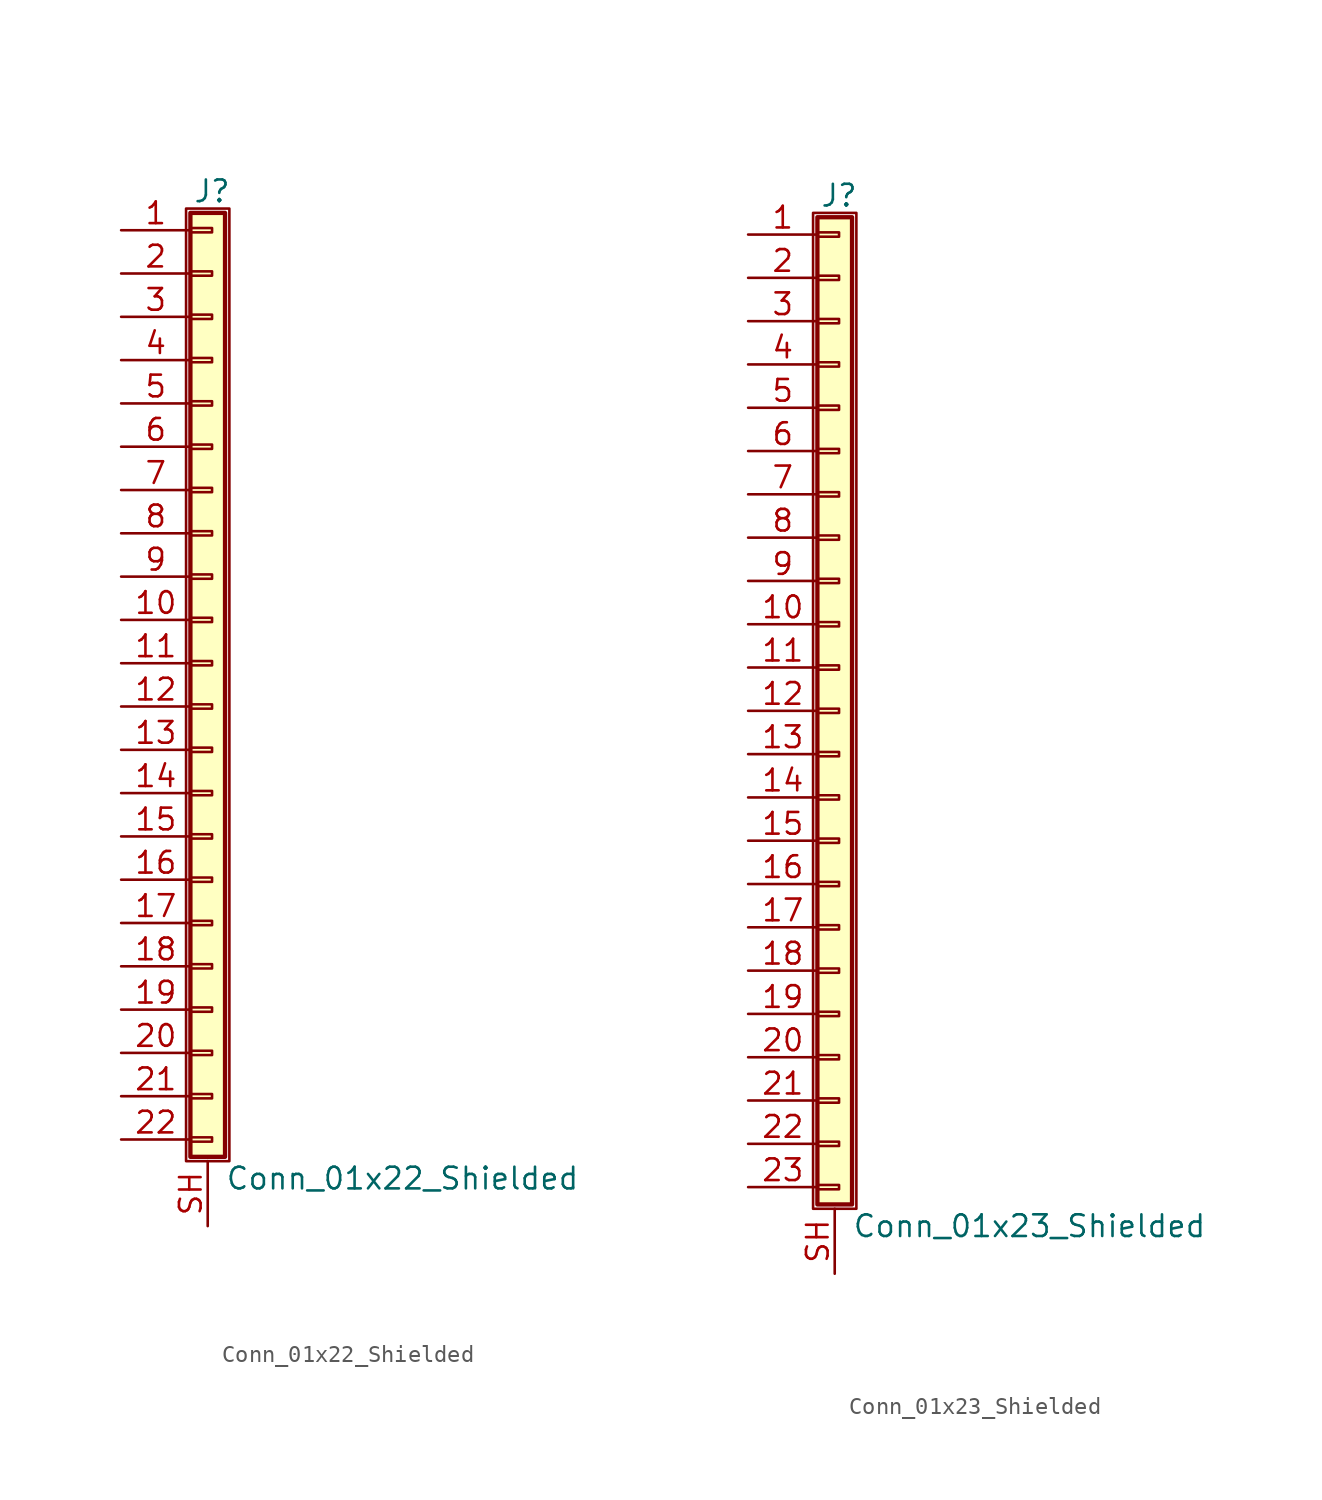
<source format=kicad_sym>
(kicad_symbol_lib
  (version 20201005)
  (generator kicad_symbol_editor)
  (symbol "Conn_01x22_Shielded"
    (pin_names
      (offset 1.016) hide)
    (property "Reference" "J"
      (at 0.254 27.686 0)
      (effects (font (size 1.27 1.27))))
    (property "Value" "Conn_01x22_Shielded"
      (at 1.016 -30.226 0)
      (effects (font (size 1.27 1.27)) (justify left)))
    (symbol "Conn_01x22_Shielded_1_1"
      (rectangle (start -1.27 26.67) (end 1.27 -29.21) (stroke (width 0.152)) (fill (type none)))
      (rectangle (start -1.016 -27.813) (end 0.254 -28.067) (stroke (width 0.152)) (fill (type none)))
      (rectangle (start -1.016 -25.273) (end 0.254 -25.527) (stroke (width 0.152)) (fill (type none)))
      (rectangle (start -1.016 -22.733) (end 0.254 -22.987) (stroke (width 0.152)) (fill (type none)))
      (rectangle (start -1.016 -20.193) (end 0.254 -20.447) (stroke (width 0.152)) (fill (type none)))
      (rectangle (start -1.016 -17.653) (end 0.254 -17.907) (stroke (width 0.152)) (fill (type none)))
      (rectangle (start -1.016 -15.113) (end 0.254 -15.367) (stroke (width 0.152)) (fill (type none)))
      (rectangle (start -1.016 -12.573) (end 0.254 -12.827) (stroke (width 0.152)) (fill (type none)))
      (rectangle (start -1.016 -10.033) (end 0.254 -10.287) (stroke (width 0.152)) (fill (type none)))
      (rectangle (start -1.016 -7.493) (end 0.254 -7.747) (stroke (width 0.152)) (fill (type none)))
      (rectangle (start -1.016 -4.953) (end 0.254 -5.207) (stroke (width 0.152)) (fill (type none)))
      (rectangle (start -1.016 -2.413) (end 0.254 -2.667) (stroke (width 0.152)) (fill (type none)))
      (rectangle (start -1.016 0.127) (end 0.254 -0.127) (stroke (width 0.152)) (fill (type none)))
      (rectangle (start -1.016 2.667) (end 0.254 2.413) (stroke (width 0.152)) (fill (type none)))
      (rectangle (start -1.016 5.207) (end 0.254 4.953) (stroke (width 0.152)) (fill (type none)))
      (rectangle (start -1.016 7.747) (end 0.254 7.493) (stroke (width 0.152)) (fill (type none)))
      (rectangle (start -1.016 10.287) (end 0.254 10.033) (stroke (width 0.152)) (fill (type none)))
      (rectangle (start -1.016 12.827) (end 0.254 12.573) (stroke (width 0.152)) (fill (type none)))
      (rectangle (start -1.016 15.367) (end 0.254 15.113) (stroke (width 0.152)) (fill (type none)))
      (rectangle (start -1.016 17.907) (end 0.254 17.653) (stroke (width 0.152)) (fill (type none)))
      (rectangle (start -1.016 20.447) (end 0.254 20.193) (stroke (width 0.152)) (fill (type none)))
      (rectangle (start -1.016 22.987) (end 0.254 22.733) (stroke (width 0.152)) (fill (type none)))
      (rectangle (start -1.016 25.527) (end 0.254 25.273) (stroke (width 0.152)) (fill (type none)))
      (rectangle (start -1.016 26.416) (end 1.016 -28.956) (stroke (width 0.254)) (fill (type background)))
      (pin passive line (at -5.08 25.4 0) (length 4.064) (name "Pin_1" (effects (font (size 1.27 1.27)))) (number "1" (effects (font (size 1.27 1.27)))))
      (pin passive line (at -5.08 2.54 0) (length 4.064) (name "Pin_10" (effects (font (size 1.27 1.27)))) (number "10" (effects (font (size 1.27 1.27)))))
      (pin passive line (at -5.08 0 0) (length 4.064) (name "Pin_11" (effects (font (size 1.27 1.27)))) (number "11" (effects (font (size 1.27 1.27)))))
      (pin passive line (at -5.08 -2.54 0) (length 4.064) (name "Pin_12" (effects (font (size 1.27 1.27)))) (number "12" (effects (font (size 1.27 1.27)))))
      (pin passive line (at -5.08 -5.08 0) (length 4.064) (name "Pin_13" (effects (font (size 1.27 1.27)))) (number "13" (effects (font (size 1.27 1.27)))))
      (pin passive line (at -5.08 -7.62 0) (length 4.064) (name "Pin_14" (effects (font (size 1.27 1.27)))) (number "14" (effects (font (size 1.27 1.27)))))
      (pin passive line (at -5.08 -10.16 0) (length 4.064) (name "Pin_15" (effects (font (size 1.27 1.27)))) (number "15" (effects (font (size 1.27 1.27)))))
      (pin passive line (at -5.08 -12.7 0) (length 4.064) (name "Pin_16" (effects (font (size 1.27 1.27)))) (number "16" (effects (font (size 1.27 1.27)))))
      (pin passive line (at -5.08 -15.24 0) (length 4.064) (name "Pin_17" (effects (font (size 1.27 1.27)))) (number "17" (effects (font (size 1.27 1.27)))))
      (pin passive line (at -5.08 -17.78 0) (length 4.064) (name "Pin_18" (effects (font (size 1.27 1.27)))) (number "18" (effects (font (size 1.27 1.27)))))
      (pin passive line (at -5.08 -20.32 0) (length 4.064) (name "Pin_19" (effects (font (size 1.27 1.27)))) (number "19" (effects (font (size 1.27 1.27)))))
      (pin passive line (at -5.08 22.86 0) (length 4.064) (name "Pin_2" (effects (font (size 1.27 1.27)))) (number "2" (effects (font (size 1.27 1.27)))))
      (pin passive line (at -5.08 -22.86 0) (length 4.064) (name "Pin_20" (effects (font (size 1.27 1.27)))) (number "20" (effects (font (size 1.27 1.27)))))
      (pin passive line (at -5.08 -25.4 0) (length 4.064) (name "Pin_21" (effects (font (size 1.27 1.27)))) (number "21" (effects (font (size 1.27 1.27)))))
      (pin passive line (at -5.08 -27.94 0) (length 4.064) (name "Pin_22" (effects (font (size 1.27 1.27)))) (number "22" (effects (font (size 1.27 1.27)))))
      (pin passive line (at -5.08 20.32 0) (length 4.064) (name "Pin_3" (effects (font (size 1.27 1.27)))) (number "3" (effects (font (size 1.27 1.27)))))
      (pin passive line (at -5.08 17.78 0) (length 4.064) (name "Pin_4" (effects (font (size 1.27 1.27)))) (number "4" (effects (font (size 1.27 1.27)))))
      (pin passive line (at -5.08 15.24 0) (length 4.064) (name "Pin_5" (effects (font (size 1.27 1.27)))) (number "5" (effects (font (size 1.27 1.27)))))
      (pin passive line (at -5.08 12.7 0) (length 4.064) (name "Pin_6" (effects (font (size 1.27 1.27)))) (number "6" (effects (font (size 1.27 1.27)))))
      (pin passive line (at -5.08 10.16 0) (length 4.064) (name "Pin_7" (effects (font (size 1.27 1.27)))) (number "7" (effects (font (size 1.27 1.27)))))
      (pin passive line (at -5.08 7.62 0) (length 4.064) (name "Pin_8" (effects (font (size 1.27 1.27)))) (number "8" (effects (font (size 1.27 1.27)))))
      (pin passive line (at -5.08 5.08 0) (length 4.064) (name "Pin_9" (effects (font (size 1.27 1.27)))) (number "9" (effects (font (size 1.27 1.27)))))
      (pin passive line (at 0 -33.02 90) (length 3.81) (name "Shield" (effects (font (size 1.27 1.27)))) (number "SH" (effects (font (size 1.27 1.27)))))))
  (symbol "Conn_01x23_Shielded"
    (pin_names
      (offset 1.016) hide)
    (property "Reference" "J"
      (at 0.254 30.226 0)
      (effects (font (size 1.27 1.27))))
    (property "Value" "Conn_01x23_Shielded"
      (at 1.016 -30.226 0)
      (effects (font (size 1.27 1.27)) (justify left)))
    (symbol "Conn_01x23_Shielded_1_1"
      (rectangle (start -1.27 29.21) (end 1.27 -29.21) (stroke (width 0.152)) (fill (type none)))
      (rectangle (start -1.016 -27.813) (end 0.254 -28.067) (stroke (width 0.152)) (fill (type none)))
      (rectangle (start -1.016 -25.273) (end 0.254 -25.527) (stroke (width 0.152)) (fill (type none)))
      (rectangle (start -1.016 -22.733) (end 0.254 -22.987) (stroke (width 0.152)) (fill (type none)))
      (rectangle (start -1.016 -20.193) (end 0.254 -20.447) (stroke (width 0.152)) (fill (type none)))
      (rectangle (start -1.016 -17.653) (end 0.254 -17.907) (stroke (width 0.152)) (fill (type none)))
      (rectangle (start -1.016 -15.113) (end 0.254 -15.367) (stroke (width 0.152)) (fill (type none)))
      (rectangle (start -1.016 -12.573) (end 0.254 -12.827) (stroke (width 0.152)) (fill (type none)))
      (rectangle (start -1.016 -10.033) (end 0.254 -10.287) (stroke (width 0.152)) (fill (type none)))
      (rectangle (start -1.016 -7.493) (end 0.254 -7.747) (stroke (width 0.152)) (fill (type none)))
      (rectangle (start -1.016 -4.953) (end 0.254 -5.207) (stroke (width 0.152)) (fill (type none)))
      (rectangle (start -1.016 -2.413) (end 0.254 -2.667) (stroke (width 0.152)) (fill (type none)))
      (rectangle (start -1.016 0.127) (end 0.254 -0.127) (stroke (width 0.152)) (fill (type none)))
      (rectangle (start -1.016 2.667) (end 0.254 2.413) (stroke (width 0.152)) (fill (type none)))
      (rectangle (start -1.016 5.207) (end 0.254 4.953) (stroke (width 0.152)) (fill (type none)))
      (rectangle (start -1.016 7.747) (end 0.254 7.493) (stroke (width 0.152)) (fill (type none)))
      (rectangle (start -1.016 10.287) (end 0.254 10.033) (stroke (width 0.152)) (fill (type none)))
      (rectangle (start -1.016 12.827) (end 0.254 12.573) (stroke (width 0.152)) (fill (type none)))
      (rectangle (start -1.016 15.367) (end 0.254 15.113) (stroke (width 0.152)) (fill (type none)))
      (rectangle (start -1.016 17.907) (end 0.254 17.653) (stroke (width 0.152)) (fill (type none)))
      (rectangle (start -1.016 20.447) (end 0.254 20.193) (stroke (width 0.152)) (fill (type none)))
      (rectangle (start -1.016 22.987) (end 0.254 22.733) (stroke (width 0.152)) (fill (type none)))
      (rectangle (start -1.016 25.527) (end 0.254 25.273) (stroke (width 0.152)) (fill (type none)))
      (rectangle (start -1.016 28.067) (end 0.254 27.813) (stroke (width 0.152)) (fill (type none)))
      (rectangle (start -1.016 28.956) (end 1.016 -28.956) (stroke (width 0.254)) (fill (type background)))
      (pin passive line (at -5.08 27.94 0) (length 4.064) (name "Pin_1" (effects (font (size 1.27 1.27)))) (number "1" (effects (font (size 1.27 1.27)))))
      (pin passive line (at -5.08 5.08 0) (length 4.064) (name "Pin_10" (effects (font (size 1.27 1.27)))) (number "10" (effects (font (size 1.27 1.27)))))
      (pin passive line (at -5.08 2.54 0) (length 4.064) (name "Pin_11" (effects (font (size 1.27 1.27)))) (number "11" (effects (font (size 1.27 1.27)))))
      (pin passive line (at -5.08 0 0) (length 4.064) (name "Pin_12" (effects (font (size 1.27 1.27)))) (number "12" (effects (font (size 1.27 1.27)))))
      (pin passive line (at -5.08 -2.54 0) (length 4.064) (name "Pin_13" (effects (font (size 1.27 1.27)))) (number "13" (effects (font (size 1.27 1.27)))))
      (pin passive line (at -5.08 -5.08 0) (length 4.064) (name "Pin_14" (effects (font (size 1.27 1.27)))) (number "14" (effects (font (size 1.27 1.27)))))
      (pin passive line (at -5.08 -7.62 0) (length 4.064) (name "Pin_15" (effects (font (size 1.27 1.27)))) (number "15" (effects (font (size 1.27 1.27)))))
      (pin passive line (at -5.08 -10.16 0) (length 4.064) (name "Pin_16" (effects (font (size 1.27 1.27)))) (number "16" (effects (font (size 1.27 1.27)))))
      (pin passive line (at -5.08 -12.7 0) (length 4.064) (name "Pin_17" (effects (font (size 1.27 1.27)))) (number "17" (effects (font (size 1.27 1.27)))))
      (pin passive line (at -5.08 -15.24 0) (length 4.064) (name "Pin_18" (effects (font (size 1.27 1.27)))) (number "18" (effects (font (size 1.27 1.27)))))
      (pin passive line (at -5.08 -17.78 0) (length 4.064) (name "Pin_19" (effects (font (size 1.27 1.27)))) (number "19" (effects (font (size 1.27 1.27)))))
      (pin passive line (at -5.08 25.4 0) (length 4.064) (name "Pin_2" (effects (font (size 1.27 1.27)))) (number "2" (effects (font (size 1.27 1.27)))))
      (pin passive line (at -5.08 -20.32 0) (length 4.064) (name "Pin_20" (effects (font (size 1.27 1.27)))) (number "20" (effects (font (size 1.27 1.27)))))
      (pin passive line (at -5.08 -22.86 0) (length 4.064) (name "Pin_21" (effects (font (size 1.27 1.27)))) (number "21" (effects (font (size 1.27 1.27)))))
      (pin passive line (at -5.08 -25.4 0) (length 4.064) (name "Pin_22" (effects (font (size 1.27 1.27)))) (number "22" (effects (font (size 1.27 1.27)))))
      (pin passive line (at -5.08 -27.94 0) (length 4.064) (name "Pin_23" (effects (font (size 1.27 1.27)))) (number "23" (effects (font (size 1.27 1.27)))))
      (pin passive line (at -5.08 22.86 0) (length 4.064) (name "Pin_3" (effects (font (size 1.27 1.27)))) (number "3" (effects (font (size 1.27 1.27)))))
      (pin passive line (at -5.08 20.32 0) (length 4.064) (name "Pin_4" (effects (font (size 1.27 1.27)))) (number "4" (effects (font (size 1.27 1.27)))))
      (pin passive line (at -5.08 17.78 0) (length 4.064) (name "Pin_5" (effects (font (size 1.27 1.27)))) (number "5" (effects (font (size 1.27 1.27)))))
      (pin passive line (at -5.08 15.24 0) (length 4.064) (name "Pin_6" (effects (font (size 1.27 1.27)))) (number "6" (effects (font (size 1.27 1.27)))))
      (pin passive line (at -5.08 12.7 0) (length 4.064) (name "Pin_7" (effects (font (size 1.27 1.27)))) (number "7" (effects (font (size 1.27 1.27)))))
      (pin passive line (at -5.08 10.16 0) (length 4.064) (name "Pin_8" (effects (font (size 1.27 1.27)))) (number "8" (effects (font (size 1.27 1.27)))))
      (pin passive line (at -5.08 7.62 0) (length 4.064) (name "Pin_9" (effects (font (size 1.27 1.27)))) (number "9" (effects (font (size 1.27 1.27)))))
      (pin passive line (at 0 -33.02 90) (length 3.81) (name "Shield" (effects (font (size 1.27 1.27)))) (number "SH" (effects (font (size 1.27 1.27))))))))
</source>
